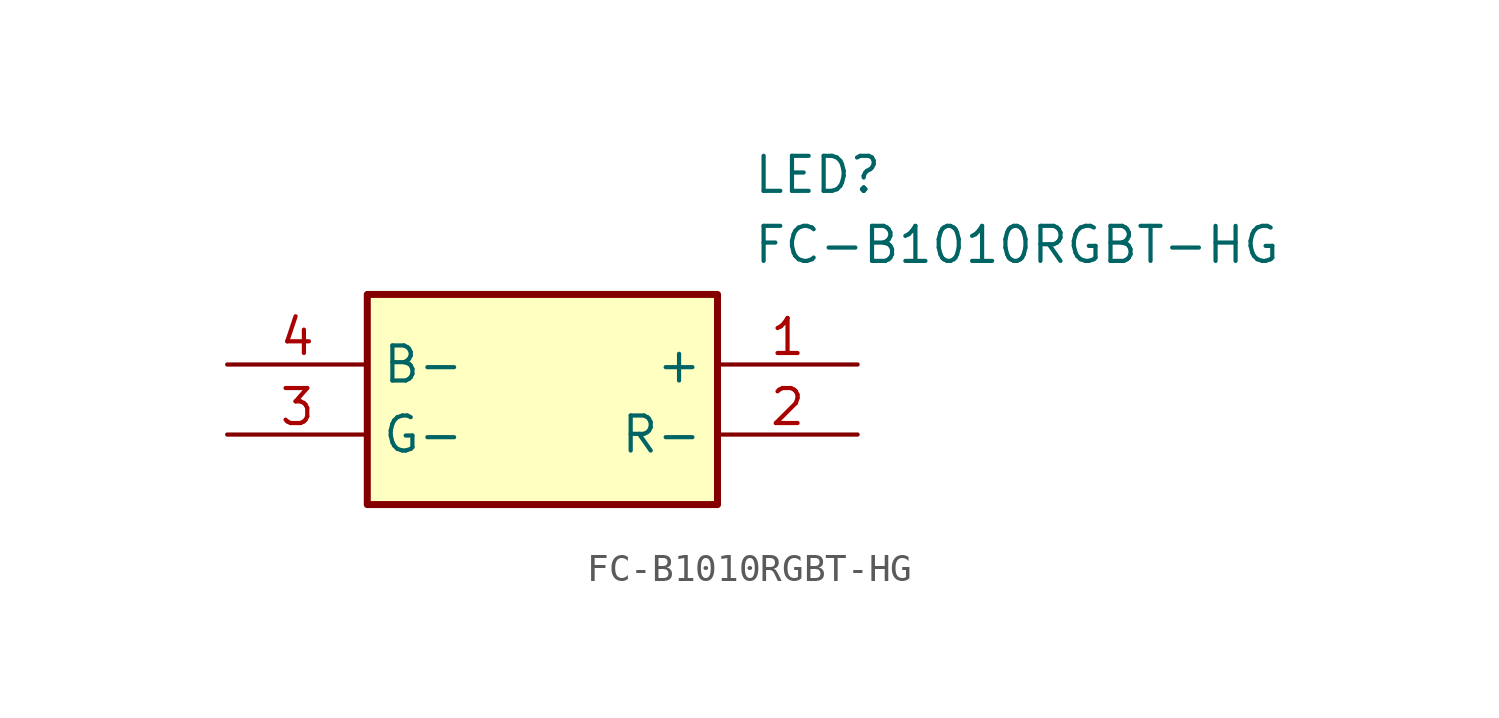
<source format=kicad_sym>
(kicad_symbol_lib
  (version 20211014)
  (generator SamacSys_ECAD_Model)
  (symbol "FC-B1010RGBT-HG"
    (property "Reference" "LED"
      (at 19.05 7.62 0)
      (effects (font (size 1.27 1.27)) (justify left top)))
    (property "Value" "FC-B1010RGBT-HG"
      (at 19.05 5.08 0)
      (effects (font (size 1.27 1.27)) (justify left top)))
    (rectangle
      (start 5.08 2.54)
      (end 17.78 -5.08)
      (stroke (width 0.254) (type default))
      (fill (type background)))
    (pin passive line
      (at 22.86 0 180)
      (length 5.08)
      (name "+" (effects (font (size 1.27 1.27))))
      (number "1" (effects (font (size 1.27 1.27)))))
    (pin passive line
      (at 22.86 -2.54 180)
      (length 5.08)
      (name "R-" (effects (font (size 1.27 1.27))))
      (number "2" (effects (font (size 1.27 1.27)))))
    (pin passive line
      (at 0 -2.54 0)
      (length 5.08)
      (name "G-" (effects (font (size 1.27 1.27))))
      (number "3" (effects (font (size 1.27 1.27)))))
    (pin passive line
      (at 0 0 0)
      (length 5.08)
      (name "B-" (effects (font (size 1.27 1.27))))
      (number "4" (effects (font (size 1.27 1.27)))))))
</source>
